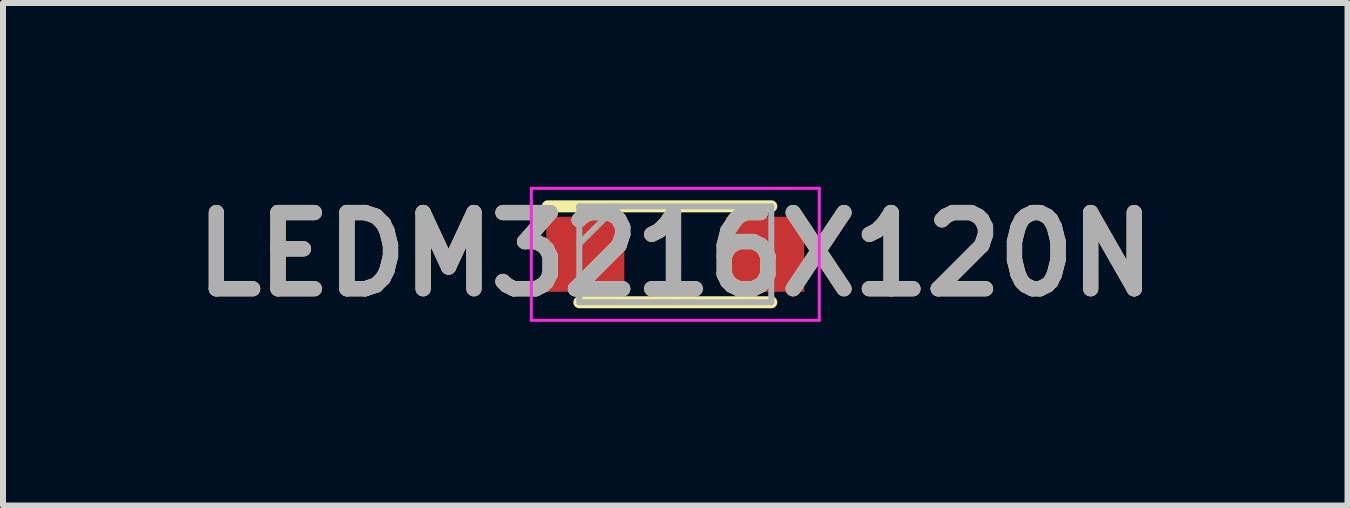
<source format=kicad_pcb>
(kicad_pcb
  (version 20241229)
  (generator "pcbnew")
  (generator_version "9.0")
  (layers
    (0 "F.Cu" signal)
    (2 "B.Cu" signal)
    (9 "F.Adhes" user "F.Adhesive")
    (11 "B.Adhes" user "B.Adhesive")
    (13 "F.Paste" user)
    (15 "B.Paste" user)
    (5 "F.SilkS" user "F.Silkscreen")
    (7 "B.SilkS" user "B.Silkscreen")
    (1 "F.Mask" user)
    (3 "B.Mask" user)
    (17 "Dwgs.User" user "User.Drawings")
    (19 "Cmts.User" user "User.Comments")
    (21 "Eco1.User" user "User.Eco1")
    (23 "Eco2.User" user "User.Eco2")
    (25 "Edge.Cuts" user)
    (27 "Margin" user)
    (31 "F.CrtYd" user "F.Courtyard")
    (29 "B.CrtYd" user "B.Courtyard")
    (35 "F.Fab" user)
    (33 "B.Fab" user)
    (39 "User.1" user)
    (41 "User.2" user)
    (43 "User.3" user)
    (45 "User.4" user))
  (footprint "LEDM3216X120N"
    (layer "F.Cu")
    (at 8.207 1.189)
    (property "Reference" "LEDM3216X120N" (at 0 0 0) (layer "F.SilkS") (effects (font (size 1.27 1.27) (thickness 0.254))))
    (attr smd)
    (fp_line (start -1.6 0.8) (end 1.6 0.8) (stroke (width 0.2) (type solid)) (layer "F.SilkS"))
    (fp_line (start 1.6 -0.8) (end -2.125 -0.8) (stroke (width 0.2) (type solid)) (layer "F.SilkS"))
    (fp_line (start -2.4 -1.1) (end 2.4 -1.1) (stroke (width 0.05) (type solid)) (layer "F.CrtYd"))
    (fp_line (start -2.4 1.1) (end -2.4 -1.1) (stroke (width 0.05) (type solid)) (layer "F.CrtYd"))
    (fp_line (start 2.4 -1.1) (end 2.4 1.1) (stroke (width 0.05) (type solid)) (layer "F.CrtYd"))
    (fp_line (start 2.4 1.1) (end -2.4 1.1) (stroke (width 0.05) (type solid)) (layer "F.CrtYd"))
    (fp_line (start -1.6 -0.8) (end 1.6 -0.8) (stroke (width 0.1) (type solid)) (layer "F.Fab"))
    (fp_line (start -1.6 -0.175) (end -0.975 -0.8) (stroke (width 0.1) (type solid)) (layer "F.Fab"))
    (fp_line (start -1.6 0.8) (end -1.6 -0.8) (stroke (width 0.1) (type solid)) (layer "F.Fab"))
    (fp_line (start 1.6 -0.8) (end 1.6 0.8) (stroke (width 0.1) (type solid)) (layer "F.Fab"))
    (fp_line (start 1.6 0.8) (end -1.6 0.8) (stroke (width 0.1) (type solid)) (layer "F.Fab"))
    (fp_text user "${REFERENCE}" (at 0 0 0) (layer "F.Fab") (effects (font (size 1.27 1.27) (thickness 0.254))))
    (pad "1" smd rect (at -1.5 0 90) (size 1.25 1.3) (layers "F.Cu" "F.Mask" "F.Paste"))
    (pad "2" smd rect (at 1.5 0 90) (size 1.25 1.3) (layers "F.Cu" "F.Mask" "F.Paste")))
  (gr_rect
    (start -3 -3)
    (end 19.413 5.377)
    (stroke (width 0.1) (type default))
    (fill no)
    (layer "Edge.Cuts")))
</source>
